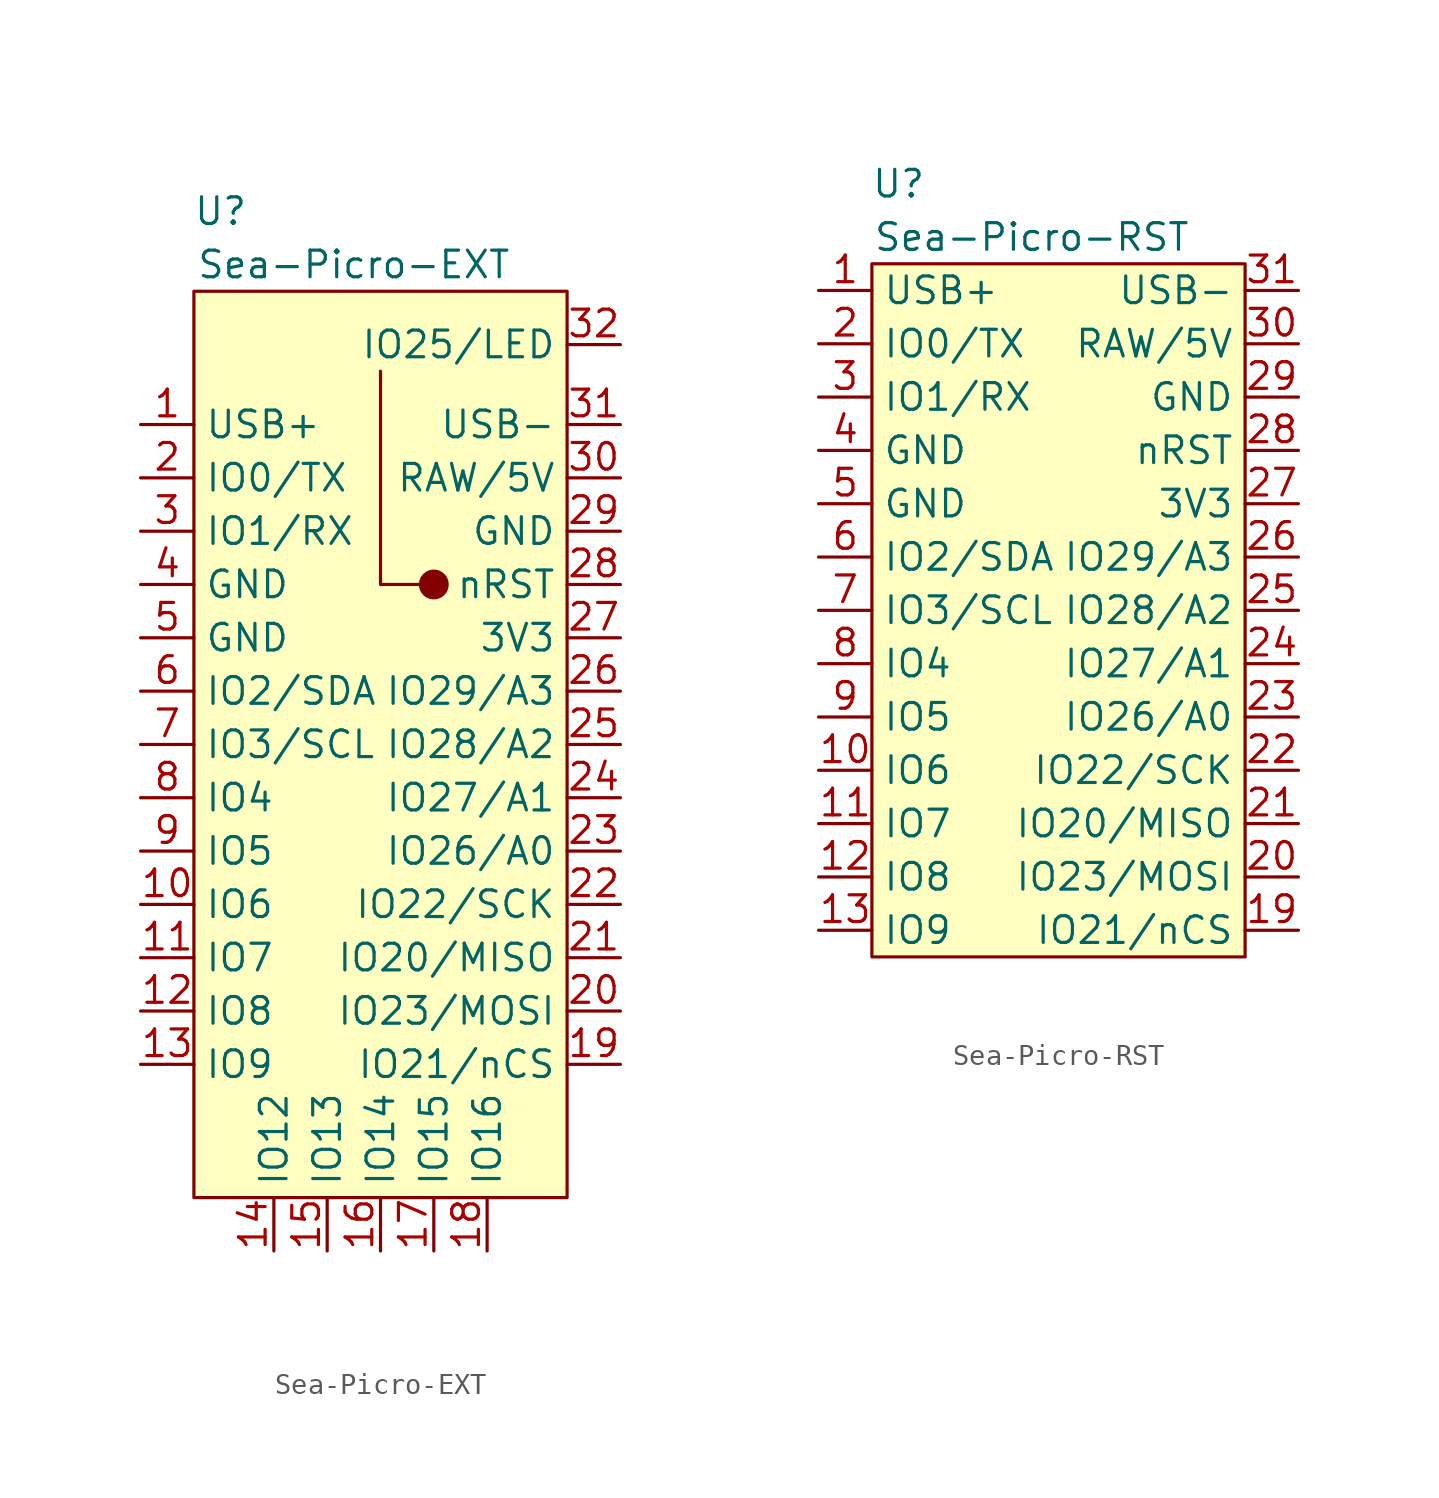
<source format=kicad_sym>
(kicad_symbol_lib
  (version 20211014)
  (generator kicad_symbol_editor)
  (symbol "Sea-Picro-EXT"
    (property "Reference" "U"
      (at -7.62 26.67 0)
      (effects (font (size 1.27 1.27))))
    (property "Value" "Sea-Picro-EXT"
      (at -1.27 24.13 0)
      (effects (font (size 1.27 1.27))))
    (symbol "Sea-Picro-EXT_0_1"
      (rectangle (start -8.89 22.86) (end 8.89 -20.32) (stroke (width 0) (type default) (color 0 0 0 0)) (fill (type background)))
      (polyline (pts (xy 1.905 8.89) (xy 0 8.89) (xy 0 19.05) (xy 0 19.05)) (stroke (width 0) (type default) (color 0 0 0 0)) (fill (type none)))
      (circle (center 2.54 8.89) (radius 0.635) (stroke (width 0) (type default) (color 0 0 0 0)) (fill (type outline))))
    (symbol "Sea-Picro-EXT_1_1"
      (pin bidirectional line (at -11.43 16.51 0) (length 2.54) (name "USB+" (effects (font (size 1.27 1.27)))) (number "1" (effects (font (size 1.27 1.27)))))
      (pin bidirectional line (at -11.43 -6.35 0) (length 2.54) (name "IO6" (effects (font (size 1.27 1.27)))) (number "10" (effects (font (size 1.27 1.27)))))
      (pin bidirectional line (at -11.43 -8.89 0) (length 2.54) (name "IO7" (effects (font (size 1.27 1.27)))) (number "11" (effects (font (size 1.27 1.27)))))
      (pin bidirectional line (at -11.43 -11.43 0) (length 2.54) (name "IO8" (effects (font (size 1.27 1.27)))) (number "12" (effects (font (size 1.27 1.27)))))
      (pin bidirectional line (at -11.43 -13.97 0) (length 2.54) (name "IO9" (effects (font (size 1.27 1.27)))) (number "13" (effects (font (size 1.27 1.27)))))
      (pin bidirectional line (at -5.08 -22.86 90) (length 2.54) (name "IO12" (effects (font (size 1.27 1.27)))) (number "14" (effects (font (size 1.27 1.27)))))
      (pin bidirectional line (at -2.54 -22.86 90) (length 2.54) (name "IO13" (effects (font (size 1.27 1.27)))) (number "15" (effects (font (size 1.27 1.27)))))
      (pin bidirectional line (at 0 -22.86 90) (length 2.54) (name "IO14" (effects (font (size 1.27 1.27)))) (number "16" (effects (font (size 1.27 1.27)))))
      (pin bidirectional line (at 2.54 -22.86 90) (length 2.54) (name "IO15" (effects (font (size 1.27 1.27)))) (number "17" (effects (font (size 1.27 1.27)))))
      (pin bidirectional line (at 5.08 -22.86 90) (length 2.54) (name "IO16" (effects (font (size 1.27 1.27)))) (number "18" (effects (font (size 1.27 1.27)))))
      (pin bidirectional line (at 11.43 -13.97 180) (length 2.54) (name "IO21/nCS" (effects (font (size 1.27 1.27)))) (number "19" (effects (font (size 1.27 1.27)))))
      (pin bidirectional line (at -11.43 13.97 0) (length 2.54) (name "IO0/TX" (effects (font (size 1.27 1.27)))) (number "2" (effects (font (size 1.27 1.27)))))
      (pin bidirectional line (at 11.43 -11.43 180) (length 2.54) (name "IO23/MOSI" (effects (font (size 1.27 1.27)))) (number "20" (effects (font (size 1.27 1.27)))))
      (pin bidirectional line (at 11.43 -8.89 180) (length 2.54) (name "IO20/MISO" (effects (font (size 1.27 1.27)))) (number "21" (effects (font (size 1.27 1.27)))))
      (pin bidirectional line (at 11.43 -6.35 180) (length 2.54) (name "IO22/SCK" (effects (font (size 1.27 1.27)))) (number "22" (effects (font (size 1.27 1.27)))))
      (pin bidirectional line (at 11.43 -3.81 180) (length 2.54) (name "IO26/A0" (effects (font (size 1.27 1.27)))) (number "23" (effects (font (size 1.27 1.27)))))
      (pin bidirectional line (at 11.43 -1.27 180) (length 2.54) (name "IO27/A1" (effects (font (size 1.27 1.27)))) (number "24" (effects (font (size 1.27 1.27)))))
      (pin bidirectional line (at 11.43 1.27 180) (length 2.54) (name "IO28/A2" (effects (font (size 1.27 1.27)))) (number "25" (effects (font (size 1.27 1.27)))))
      (pin bidirectional line (at 11.43 3.81 180) (length 2.54) (name "IO29/A3" (effects (font (size 1.27 1.27)))) (number "26" (effects (font (size 1.27 1.27)))))
      (pin power_out line (at 11.43 6.35 180) (length 2.54) (name "3V3" (effects (font (size 1.27 1.27)))) (number "27" (effects (font (size 1.27 1.27)))))
      (pin bidirectional line (at 11.43 8.89 180) (length 2.54) (name "nRST" (effects (font (size 1.27 1.27)))) (number "28" (effects (font (size 1.27 1.27)))))
      (pin power_in line (at 11.43 11.43 180) (length 2.54) (name "GND" (effects (font (size 1.27 1.27)))) (number "29" (effects (font (size 1.27 1.27)))))
      (pin bidirectional line (at -11.43 11.43 0) (length 2.54) (name "IO1/RX" (effects (font (size 1.27 1.27)))) (number "3" (effects (font (size 1.27 1.27)))))
      (pin power_in line (at 11.43 13.97 180) (length 2.54) (name "RAW/5V" (effects (font (size 1.27 1.27)))) (number "30" (effects (font (size 1.27 1.27)))))
      (pin bidirectional line (at 11.43 16.51 180) (length 2.54) (name "USB-" (effects (font (size 1.27 1.27)))) (number "31" (effects (font (size 1.27 1.27)))))
      (pin bidirectional line (at 11.43 20.32 180) (length 2.54) (name "IO25/LED" (effects (font (size 1.27 1.27)))) (number "32" (effects (font (size 1.27 1.27)))))
      (pin power_in line (at -11.43 8.89 0) (length 2.54) (name "GND" (effects (font (size 1.27 1.27)))) (number "4" (effects (font (size 1.27 1.27)))))
      (pin power_in line (at -11.43 6.35 0) (length 2.54) (name "GND" (effects (font (size 1.27 1.27)))) (number "5" (effects (font (size 1.27 1.27)))))
      (pin bidirectional line (at -11.43 3.81 0) (length 2.54) (name "IO2/SDA" (effects (font (size 1.27 1.27)))) (number "6" (effects (font (size 1.27 1.27)))))
      (pin bidirectional line (at -11.43 1.27 0) (length 2.54) (name "IO3/SCL" (effects (font (size 1.27 1.27)))) (number "7" (effects (font (size 1.27 1.27)))))
      (pin bidirectional line (at -11.43 -1.27 0) (length 2.54) (name "IO4" (effects (font (size 1.27 1.27)))) (number "8" (effects (font (size 1.27 1.27)))))
      (pin bidirectional line (at -11.43 -3.81 0) (length 2.54) (name "IO5" (effects (font (size 1.27 1.27)))) (number "9" (effects (font (size 1.27 1.27)))))))
  (symbol "Sea-Picro-RST"
    (property "Reference" "U"
      (at -7.62 21.59 0)
      (effects (font (size 1.27 1.27))))
    (property "Value" "Sea-Picro-RST"
      (at -1.27 19.05 0)
      (effects (font (size 1.27 1.27))))
    (symbol "Sea-Picro-RST_0_1"
      (rectangle (start -8.89 17.78) (end 8.89 -15.24) (stroke (width 0) (type default) (color 0 0 0 0)) (fill (type background))))
    (symbol "Sea-Picro-RST_1_1"
      (pin bidirectional line (at -11.43 16.51 0) (length 2.54) (name "USB+" (effects (font (size 1.27 1.27)))) (number "1" (effects (font (size 1.27 1.27)))))
      (pin bidirectional line (at -11.43 -6.35 0) (length 2.54) (name "IO6" (effects (font (size 1.27 1.27)))) (number "10" (effects (font (size 1.27 1.27)))))
      (pin bidirectional line (at -11.43 -8.89 0) (length 2.54) (name "IO7" (effects (font (size 1.27 1.27)))) (number "11" (effects (font (size 1.27 1.27)))))
      (pin bidirectional line (at -11.43 -11.43 0) (length 2.54) (name "IO8" (effects (font (size 1.27 1.27)))) (number "12" (effects (font (size 1.27 1.27)))))
      (pin bidirectional line (at -11.43 -13.97 0) (length 2.54) (name "IO9" (effects (font (size 1.27 1.27)))) (number "13" (effects (font (size 1.27 1.27)))))
      (pin bidirectional line (at 11.43 -13.97 180) (length 2.54) (name "IO21/nCS" (effects (font (size 1.27 1.27)))) (number "19" (effects (font (size 1.27 1.27)))))
      (pin bidirectional line (at -11.43 13.97 0) (length 2.54) (name "IO0/TX" (effects (font (size 1.27 1.27)))) (number "2" (effects (font (size 1.27 1.27)))))
      (pin bidirectional line (at 11.43 -11.43 180) (length 2.54) (name "IO23/MOSI" (effects (font (size 1.27 1.27)))) (number "20" (effects (font (size 1.27 1.27)))))
      (pin bidirectional line (at 11.43 -8.89 180) (length 2.54) (name "IO20/MISO" (effects (font (size 1.27 1.27)))) (number "21" (effects (font (size 1.27 1.27)))))
      (pin bidirectional line (at 11.43 -6.35 180) (length 2.54) (name "IO22/SCK" (effects (font (size 1.27 1.27)))) (number "22" (effects (font (size 1.27 1.27)))))
      (pin bidirectional line (at 11.43 -3.81 180) (length 2.54) (name "IO26/A0" (effects (font (size 1.27 1.27)))) (number "23" (effects (font (size 1.27 1.27)))))
      (pin bidirectional line (at 11.43 -1.27 180) (length 2.54) (name "IO27/A1" (effects (font (size 1.27 1.27)))) (number "24" (effects (font (size 1.27 1.27)))))
      (pin bidirectional line (at 11.43 1.27 180) (length 2.54) (name "IO28/A2" (effects (font (size 1.27 1.27)))) (number "25" (effects (font (size 1.27 1.27)))))
      (pin bidirectional line (at 11.43 3.81 180) (length 2.54) (name "IO29/A3" (effects (font (size 1.27 1.27)))) (number "26" (effects (font (size 1.27 1.27)))))
      (pin power_out line (at 11.43 6.35 180) (length 2.54) (name "3V3" (effects (font (size 1.27 1.27)))) (number "27" (effects (font (size 1.27 1.27)))))
      (pin bidirectional line (at 11.43 8.89 180) (length 2.54) (name "nRST" (effects (font (size 1.27 1.27)))) (number "28" (effects (font (size 1.27 1.27)))))
      (pin power_in line (at 11.43 11.43 180) (length 2.54) (name "GND" (effects (font (size 1.27 1.27)))) (number "29" (effects (font (size 1.27 1.27)))))
      (pin bidirectional line (at -11.43 11.43 0) (length 2.54) (name "IO1/RX" (effects (font (size 1.27 1.27)))) (number "3" (effects (font (size 1.27 1.27)))))
      (pin power_in line (at 11.43 13.97 180) (length 2.54) (name "RAW/5V" (effects (font (size 1.27 1.27)))) (number "30" (effects (font (size 1.27 1.27)))))
      (pin bidirectional line (at 11.43 16.51 180) (length 2.54) (name "USB-" (effects (font (size 1.27 1.27)))) (number "31" (effects (font (size 1.27 1.27)))))
      (pin power_in line (at -11.43 8.89 0) (length 2.54) (name "GND" (effects (font (size 1.27 1.27)))) (number "4" (effects (font (size 1.27 1.27)))))
      (pin power_in line (at -11.43 6.35 0) (length 2.54) (name "GND" (effects (font (size 1.27 1.27)))) (number "5" (effects (font (size 1.27 1.27)))))
      (pin bidirectional line (at -11.43 3.81 0) (length 2.54) (name "IO2/SDA" (effects (font (size 1.27 1.27)))) (number "6" (effects (font (size 1.27 1.27)))))
      (pin bidirectional line (at -11.43 1.27 0) (length 2.54) (name "IO3/SCL" (effects (font (size 1.27 1.27)))) (number "7" (effects (font (size 1.27 1.27)))))
      (pin bidirectional line (at -11.43 -1.27 0) (length 2.54) (name "IO4" (effects (font (size 1.27 1.27)))) (number "8" (effects (font (size 1.27 1.27)))))
      (pin bidirectional line (at -11.43 -3.81 0) (length 2.54) (name "IO5" (effects (font (size 1.27 1.27)))) (number "9" (effects (font (size 1.27 1.27))))))))
</source>
